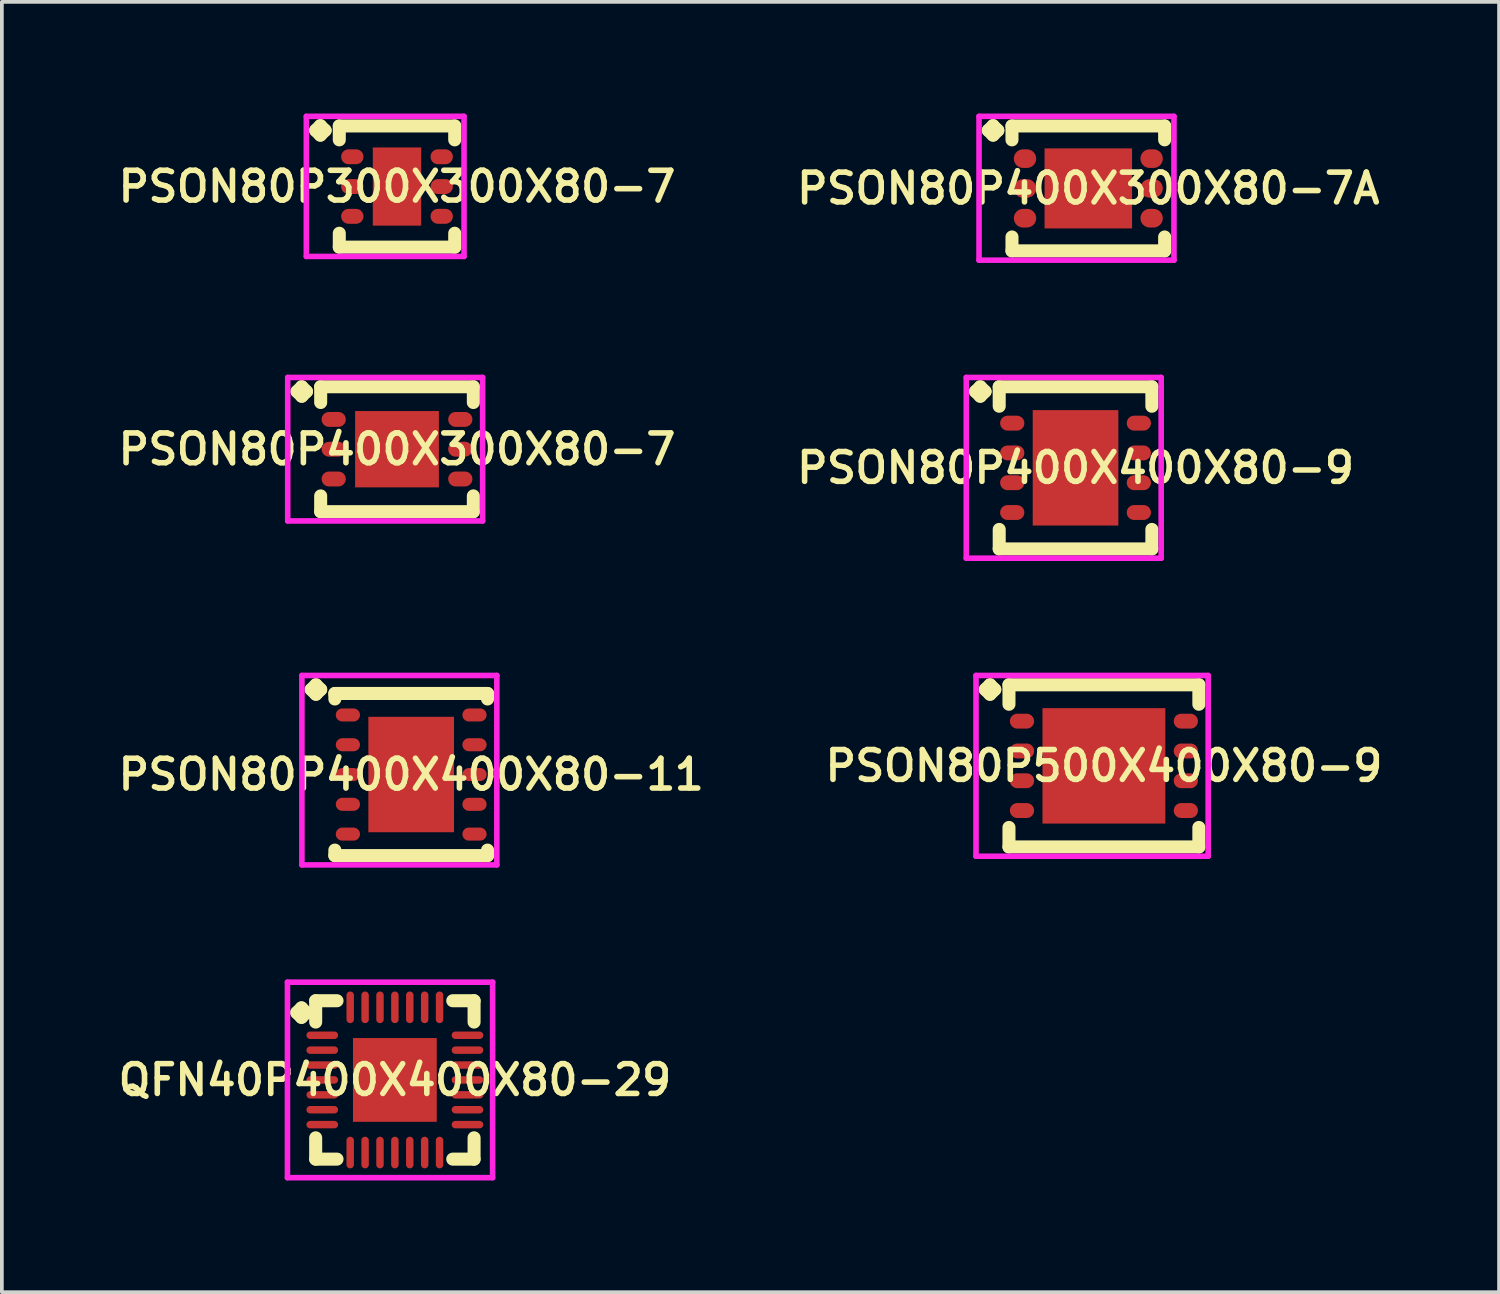
<source format=kicad_pcb>
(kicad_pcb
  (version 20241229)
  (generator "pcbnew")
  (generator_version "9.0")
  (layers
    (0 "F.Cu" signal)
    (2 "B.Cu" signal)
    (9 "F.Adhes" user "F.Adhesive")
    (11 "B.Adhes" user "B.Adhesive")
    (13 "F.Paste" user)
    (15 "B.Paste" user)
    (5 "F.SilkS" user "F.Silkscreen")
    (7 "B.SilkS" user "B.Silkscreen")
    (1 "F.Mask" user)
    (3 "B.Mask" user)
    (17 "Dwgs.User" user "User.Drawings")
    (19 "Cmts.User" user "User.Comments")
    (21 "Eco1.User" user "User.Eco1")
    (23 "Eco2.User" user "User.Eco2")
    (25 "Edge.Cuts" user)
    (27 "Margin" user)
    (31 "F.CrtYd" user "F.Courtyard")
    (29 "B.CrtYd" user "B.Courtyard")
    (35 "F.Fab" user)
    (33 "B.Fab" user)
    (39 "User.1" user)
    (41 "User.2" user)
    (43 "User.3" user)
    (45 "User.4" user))
  (footprint "PSON80P400X300X80-7A"
    (layer "F.Cu")
    (at 26.178 2.01)
    (property "Reference" "PSON80P400X300X80-7A" (at 0 0 0) (layer "F.SilkS") (effects (font (size 0.8 0.8) (thickness 0.15))))
    (attr smd)
    (fp_line (start -2.685 -1.558) (end -2.558 -1.685) (stroke (width 0.35) (type solid)) (layer "F.SilkS"))
    (fp_line (start -2.558 -1.685) (end -2.431 -1.558) (stroke (width 0.35) (type solid)) (layer "F.SilkS"))
    (fp_line (start -2.558 -1.431) (end -2.685 -1.558) (stroke (width 0.35) (type solid)) (layer "F.SilkS"))
    (fp_line (start -2.431 -1.558) (end -2.558 -1.431) (stroke (width 0.35) (type solid)) (layer "F.SilkS"))
    (fp_line (start -2.05 -1.677) (end 2.05 -1.677) (stroke (width 0.35) (type solid)) (layer "F.SilkS"))
    (fp_line (start -2.05 -1.304) (end -2.05 -1.677) (stroke (width 0.35) (type solid)) (layer "F.SilkS"))
    (fp_line (start -2.05 1.304) (end -2.05 1.677) (stroke (width 0.35) (type solid)) (layer "F.SilkS"))
    (fp_line (start -2.05 1.677) (end 2.05 1.677) (stroke (width 0.35) (type solid)) (layer "F.SilkS"))
    (fp_line (start 2.05 -1.677) (end 2.05 -1.304) (stroke (width 0.35) (type solid)) (layer "F.SilkS"))
    (fp_line (start 2.05 1.677) (end 2.05 1.304) (stroke (width 0.35) (type solid)) (layer "F.SilkS"))
    (fp_line (start -2.935 -1.935) (end 2.3 -1.935) (stroke (width 0.15) (type solid)) (layer "F.CrtYd"))
    (fp_line (start -2.935 1.927) (end -2.935 -1.935) (stroke (width 0.15) (type solid)) (layer "F.CrtYd"))
    (fp_line (start 2.3 -1.935) (end 2.3 1.927) (stroke (width 0.15) (type solid)) (layer "F.CrtYd"))
    (fp_line (start 2.3 1.927) (end -2.935 1.927) (stroke (width 0.15) (type solid)) (layer "F.CrtYd"))
    (pad "1" smd oval (at -1.7 -0.8) (size 0.6 0.5) (layers "F.Cu" "F.Mask" "F.Paste"))
    (pad "2" smd oval (at -1.7 0) (size 0.6 0.5) (layers "F.Cu" "F.Mask" "F.Paste"))
    (pad "3" smd oval (at -1.7 0.8) (size 0.6 0.5) (layers "F.Cu" "F.Mask" "F.Paste"))
    (pad "4" smd oval (at 1.7 0.8) (size 0.6 0.5) (layers "F.Cu" "F.Mask" "F.Paste"))
    (pad "5" smd oval (at 1.7 0) (size 0.6 0.5) (layers "F.Cu" "F.Mask" "F.Paste"))
    (pad "6" smd oval (at 1.7 -0.8) (size 0.6 0.5) (layers "F.Cu" "F.Mask" "F.Paste"))
    (pad "7" smd rect (at 0 0) (size 2.35 2.15) (layers "F.Cu" "F.Mask" "F.Paste")))
  (footprint "PSON80P400X400X80-11"
    (layer "F.Cu")
    (at 7.993 17.751)
    (property "Reference" "PSON80P400X400X80-11" (at 0 0 0) (layer "F.SilkS") (effects (font (size 0.8 0.8) (thickness 0.15))))
    (attr smd)
    (fp_line (start -2.685 -2.283) (end -2.558 -2.41) (stroke (width 0.35) (type solid)) (layer "F.SilkS"))
    (fp_line (start -2.558 -2.41) (end -2.431 -2.283) (stroke (width 0.35) (type solid)) (layer "F.SilkS"))
    (fp_line (start -2.558 -2.156) (end -2.685 -2.283) (stroke (width 0.35) (type solid)) (layer "F.SilkS"))
    (fp_line (start -2.431 -2.283) (end -2.558 -2.156) (stroke (width 0.35) (type solid)) (layer "F.SilkS"))
    (fp_line (start -2.05 -2.177) (end 2.05 -2.177) (stroke (width 0.35) (type solid)) (layer "F.SilkS"))
    (fp_line (start -2.05 -2.029) (end -2.05 -2.177) (stroke (width 0.35) (type solid)) (layer "F.SilkS"))
    (fp_line (start -2.05 2.029) (end -2.05 2.177) (stroke (width 0.35) (type solid)) (layer "F.SilkS"))
    (fp_line (start -2.05 2.177) (end 2.05 2.177) (stroke (width 0.35) (type solid)) (layer "F.SilkS"))
    (fp_line (start 2.05 -2.177) (end 2.05 -2.029) (stroke (width 0.35) (type solid)) (layer "F.SilkS"))
    (fp_line (start 2.05 2.177) (end 2.05 2.029) (stroke (width 0.35) (type solid)) (layer "F.SilkS"))
    (fp_line (start -2.935 -2.66) (end 2.3 -2.66) (stroke (width 0.15) (type solid)) (layer "F.CrtYd"))
    (fp_line (start -2.935 2.427) (end -2.935 -2.66) (stroke (width 0.15) (type solid)) (layer "F.CrtYd"))
    (fp_line (start 2.3 -2.66) (end 2.3 2.427) (stroke (width 0.15) (type solid)) (layer "F.CrtYd"))
    (fp_line (start 2.3 2.427) (end -2.935 2.427) (stroke (width 0.15) (type solid)) (layer "F.CrtYd"))
    (pad "1" smd oval (at -1.7 -1.6) (size 0.65 0.35) (layers "F.Cu" "F.Mask" "F.Paste"))
    (pad "2" smd oval (at -1.7 -0.8) (size 0.65 0.35) (layers "F.Cu" "F.Mask" "F.Paste"))
    (pad "3" smd oval (at -1.7 0) (size 0.65 0.35) (layers "F.Cu" "F.Mask" "F.Paste"))
    (pad "4" smd oval (at -1.7 0.8) (size 0.65 0.35) (layers "F.Cu" "F.Mask" "F.Paste"))
    (pad "5" smd oval (at -1.7 1.6) (size 0.65 0.35) (layers "F.Cu" "F.Mask" "F.Paste"))
    (pad "6" smd oval (at 1.7 1.6) (size 0.65 0.35) (layers "F.Cu" "F.Mask" "F.Paste"))
    (pad "7" smd oval (at 1.7 0.8) (size 0.65 0.35) (layers "F.Cu" "F.Mask" "F.Paste"))
    (pad "8" smd oval (at 1.7 0) (size 0.65 0.35) (layers "F.Cu" "F.Mask" "F.Paste"))
    (pad "9" smd oval (at 1.7 -0.8) (size 0.65 0.35) (layers "F.Cu" "F.Mask" "F.Paste"))
    (pad "10" smd oval (at 1.7 -1.6) (size 0.65 0.35) (layers "F.Cu" "F.Mask" "F.Paste"))
    (pad "11" smd rect (at 0 0) (size 2.3 3.1) (layers "F.Cu" "F.Mask" "F.Paste")))
  (footprint "PSON80P500X400X80-9"
    (layer "F.Cu")
    (at 26.597 17.518)
    (property "Reference" "PSON80P500X400X80-9" (at 0 0 0) (layer "F.SilkS") (effects (font (size 0.8 0.8) (thickness 0.15))))
    (attr smd)
    (fp_line (start -3.185 -2.05) (end -3.058 -2.177) (stroke (width 0.35) (type solid)) (layer "F.SilkS"))
    (fp_line (start -3.058 -2.177) (end -2.931 -2.05) (stroke (width 0.35) (type solid)) (layer "F.SilkS"))
    (fp_line (start -3.058 -1.923) (end -3.185 -2.05) (stroke (width 0.35) (type solid)) (layer "F.SilkS"))
    (fp_line (start -2.931 -2.05) (end -3.058 -1.923) (stroke (width 0.35) (type solid)) (layer "F.SilkS"))
    (fp_line (start -2.55 -2.177) (end 2.55 -2.177) (stroke (width 0.35) (type solid)) (layer "F.SilkS"))
    (fp_line (start -2.55 -1.654) (end -2.55 -2.177) (stroke (width 0.35) (type solid)) (layer "F.SilkS"))
    (fp_line (start -2.55 1.654) (end -2.55 2.177) (stroke (width 0.35) (type solid)) (layer "F.SilkS"))
    (fp_line (start -2.55 2.177) (end 2.55 2.177) (stroke (width 0.35) (type solid)) (layer "F.SilkS"))
    (fp_line (start 2.55 -2.177) (end 2.55 -1.654) (stroke (width 0.35) (type solid)) (layer "F.SilkS"))
    (fp_line (start 2.55 2.177) (end 2.55 1.654) (stroke (width 0.35) (type solid)) (layer "F.SilkS"))
    (fp_line (start -3.435 -2.427) (end 2.8 -2.427) (stroke (width 0.15) (type solid)) (layer "F.CrtYd"))
    (fp_line (start -3.435 2.427) (end -3.435 -2.427) (stroke (width 0.15) (type solid)) (layer "F.CrtYd"))
    (fp_line (start 2.8 -2.427) (end 2.8 2.427) (stroke (width 0.15) (type solid)) (layer "F.CrtYd"))
    (fp_line (start 2.8 2.427) (end -3.435 2.427) (stroke (width 0.15) (type solid)) (layer "F.CrtYd"))
    (pad "1" smd oval (at -2.2 -1.2) (size 0.65 0.4) (layers "F.Cu" "F.Mask" "F.Paste"))
    (pad "2" smd oval (at -2.2 -0.4) (size 0.65 0.4) (layers "F.Cu" "F.Mask" "F.Paste"))
    (pad "3" smd oval (at -2.2 0.4) (size 0.65 0.4) (layers "F.Cu" "F.Mask" "F.Paste"))
    (pad "4" smd oval (at -2.2 1.2) (size 0.65 0.4) (layers "F.Cu" "F.Mask" "F.Paste"))
    (pad "5" smd oval (at 2.2 1.2) (size 0.65 0.4) (layers "F.Cu" "F.Mask" "F.Paste"))
    (pad "6" smd oval (at 2.2 0.4) (size 0.65 0.4) (layers "F.Cu" "F.Mask" "F.Paste"))
    (pad "7" smd oval (at 2.2 -0.4) (size 0.65 0.4) (layers "F.Cu" "F.Mask" "F.Paste"))
    (pad "8" smd oval (at 2.2 -1.2) (size 0.65 0.4) (layers "F.Cu" "F.Mask" "F.Paste"))
    (pad "9" smd rect (at 0 0) (size 3.3 3.1) (layers "F.Cu" "F.Mask" "F.Paste")))
  (footprint "PSON80P400X400X80-9"
    (layer "F.Cu")
    (at 25.835 9.514)
    (property "Reference" "PSON80P400X400X80-9" (at 0 0 0) (layer "F.SilkS") (effects (font (size 0.8 0.8) (thickness 0.15))))
    (attr smd)
    (fp_line (start -2.685 -2.05) (end -2.558 -2.177) (stroke (width 0.35) (type solid)) (layer "F.SilkS"))
    (fp_line (start -2.558 -2.177) (end -2.431 -2.05) (stroke (width 0.35) (type solid)) (layer "F.SilkS"))
    (fp_line (start -2.558 -1.923) (end -2.685 -2.05) (stroke (width 0.35) (type solid)) (layer "F.SilkS"))
    (fp_line (start -2.431 -2.05) (end -2.558 -1.923) (stroke (width 0.35) (type solid)) (layer "F.SilkS"))
    (fp_line (start -2.05 -2.177) (end 2.05 -2.177) (stroke (width 0.35) (type solid)) (layer "F.SilkS"))
    (fp_line (start -2.05 -1.654) (end -2.05 -2.177) (stroke (width 0.35) (type solid)) (layer "F.SilkS"))
    (fp_line (start -2.05 1.654) (end -2.05 2.177) (stroke (width 0.35) (type solid)) (layer "F.SilkS"))
    (fp_line (start -2.05 2.177) (end 2.05 2.177) (stroke (width 0.35) (type solid)) (layer "F.SilkS"))
    (fp_line (start 2.05 -2.177) (end 2.05 -1.654) (stroke (width 0.35) (type solid)) (layer "F.SilkS"))
    (fp_line (start 2.05 2.177) (end 2.05 1.654) (stroke (width 0.35) (type solid)) (layer "F.SilkS"))
    (fp_line (start -2.935 -2.427) (end 2.3 -2.427) (stroke (width 0.15) (type solid)) (layer "F.CrtYd"))
    (fp_line (start -2.935 2.427) (end -2.935 -2.427) (stroke (width 0.15) (type solid)) (layer "F.CrtYd"))
    (fp_line (start 2.3 -2.427) (end 2.3 2.427) (stroke (width 0.15) (type solid)) (layer "F.CrtYd"))
    (fp_line (start 2.3 2.427) (end -2.935 2.427) (stroke (width 0.15) (type solid)) (layer "F.CrtYd"))
    (pad "1" smd oval (at -1.7 -1.2) (size 0.65 0.4) (layers "F.Cu" "F.Mask" "F.Paste"))
    (pad "2" smd oval (at -1.7 -0.4) (size 0.65 0.4) (layers "F.Cu" "F.Mask" "F.Paste"))
    (pad "3" smd oval (at -1.7 0.4) (size 0.65 0.4) (layers "F.Cu" "F.Mask" "F.Paste"))
    (pad "4" smd oval (at -1.7 1.2) (size 0.65 0.4) (layers "F.Cu" "F.Mask" "F.Paste"))
    (pad "5" smd oval (at 1.7 1.2) (size 0.65 0.4) (layers "F.Cu" "F.Mask" "F.Paste"))
    (pad "6" smd oval (at 1.7 0.4) (size 0.65 0.4) (layers "F.Cu" "F.Mask" "F.Paste"))
    (pad "7" smd oval (at 1.7 -0.4) (size 0.65 0.4) (layers "F.Cu" "F.Mask" "F.Paste"))
    (pad "8" smd oval (at 1.7 -1.2) (size 0.65 0.4) (layers "F.Cu" "F.Mask" "F.Paste"))
    (pad "9" smd rect (at 0 0) (size 2.3 3.1) (layers "F.Cu" "F.Mask" "F.Paste")))
  (footprint "PSON80P400X300X80-7"
    (layer "F.Cu")
    (at 7.612 9.014)
    (property "Reference" "PSON80P400X300X80-7" (at 0 0 0) (layer "F.SilkS") (effects (font (size 0.8 0.8) (thickness 0.15))))
    (attr smd)
    (fp_line (start -2.685 -1.55) (end -2.558 -1.677) (stroke (width 0.35) (type solid)) (layer "F.SilkS"))
    (fp_line (start -2.558 -1.677) (end -2.431 -1.55) (stroke (width 0.35) (type solid)) (layer "F.SilkS"))
    (fp_line (start -2.558 -1.423) (end -2.685 -1.55) (stroke (width 0.35) (type solid)) (layer "F.SilkS"))
    (fp_line (start -2.431 -1.55) (end -2.558 -1.423) (stroke (width 0.35) (type solid)) (layer "F.SilkS"))
    (fp_line (start -2.05 -1.677) (end 2.05 -1.677) (stroke (width 0.35) (type solid)) (layer "F.SilkS"))
    (fp_line (start -2.05 -1.254) (end -2.05 -1.677) (stroke (width 0.35) (type solid)) (layer "F.SilkS"))
    (fp_line (start -2.05 1.254) (end -2.05 1.677) (stroke (width 0.35) (type solid)) (layer "F.SilkS"))
    (fp_line (start -2.05 1.677) (end 2.05 1.677) (stroke (width 0.35) (type solid)) (layer "F.SilkS"))
    (fp_line (start 2.05 -1.677) (end 2.05 -1.254) (stroke (width 0.35) (type solid)) (layer "F.SilkS"))
    (fp_line (start 2.05 1.677) (end 2.05 1.254) (stroke (width 0.35) (type solid)) (layer "F.SilkS"))
    (fp_line (start -2.935 -1.927) (end 2.3 -1.927) (stroke (width 0.15) (type solid)) (layer "F.CrtYd"))
    (fp_line (start -2.935 1.927) (end -2.935 -1.927) (stroke (width 0.15) (type solid)) (layer "F.CrtYd"))
    (fp_line (start 2.3 -1.927) (end 2.3 1.927) (stroke (width 0.15) (type solid)) (layer "F.CrtYd"))
    (fp_line (start 2.3 1.927) (end -2.935 1.927) (stroke (width 0.15) (type solid)) (layer "F.CrtYd"))
    (pad "1" smd oval (at -1.7 -0.8) (size 0.65 0.4) (layers "F.Cu" "F.Mask" "F.Paste"))
    (pad "2" smd oval (at -1.7 0) (size 0.65 0.4) (layers "F.Cu" "F.Mask" "F.Paste"))
    (pad "3" smd oval (at -1.7 0.8) (size 0.65 0.4) (layers "F.Cu" "F.Mask" "F.Paste"))
    (pad "4" smd oval (at 1.7 0.8) (size 0.65 0.4) (layers "F.Cu" "F.Mask" "F.Paste"))
    (pad "5" smd oval (at 1.7 0) (size 0.65 0.4) (layers "F.Cu" "F.Mask" "F.Paste"))
    (pad "6" smd oval (at 1.7 -0.8) (size 0.65 0.4) (layers "F.Cu" "F.Mask" "F.Paste"))
    (pad "7" smd rect (at 0 0) (size 2.25 2.05) (layers "F.Cu" "F.Mask" "F.Paste")))
  (footprint "QFN40P400X400X80-29"
    (layer "F.Cu")
    (at 7.555 25.953)
    (property "Reference" "QFN40P400X400X80-29" (at 0 0 0) (layer "F.SilkS") (effects (font (size 0.8 0.8) (thickness 0.15))))
    (attr smd)
    (fp_line (start -2.635 -1.808) (end -2.508 -1.935) (stroke (width 0.35) (type solid)) (layer "F.SilkS"))
    (fp_line (start -2.508 -1.935) (end -2.381 -1.808) (stroke (width 0.35) (type solid)) (layer "F.SilkS"))
    (fp_line (start -2.508 -1.681) (end -2.635 -1.808) (stroke (width 0.35) (type solid)) (layer "F.SilkS"))
    (fp_line (start -2.381 -1.808) (end -2.508 -1.681) (stroke (width 0.35) (type solid)) (layer "F.SilkS"))
    (fp_line (start -2.127 -2.127) (end -1.554 -2.127) (stroke (width 0.35) (type solid)) (layer "F.SilkS"))
    (fp_line (start -2.127 -1.554) (end -2.127 -2.127) (stroke (width 0.35) (type solid)) (layer "F.SilkS"))
    (fp_line (start -2.127 1.554) (end -2.127 2.127) (stroke (width 0.35) (type solid)) (layer "F.SilkS"))
    (fp_line (start -2.127 2.127) (end -1.554 2.127) (stroke (width 0.35) (type solid)) (layer "F.SilkS"))
    (fp_line (start 1.554 -2.127) (end 2.127 -2.127) (stroke (width 0.35) (type solid)) (layer "F.SilkS"))
    (fp_line (start 1.554 2.127) (end 2.127 2.127) (stroke (width 0.35) (type solid)) (layer "F.SilkS"))
    (fp_line (start 2.127 -2.127) (end 2.127 -1.554) (stroke (width 0.35) (type solid)) (layer "F.SilkS"))
    (fp_line (start 2.127 2.127) (end 2.127 1.554) (stroke (width 0.35) (type solid)) (layer "F.SilkS"))
    (fp_line (start -2.885 -2.625) (end 2.625 -2.625) (stroke (width 0.15) (type solid)) (layer "F.CrtYd"))
    (fp_line (start -2.885 2.625) (end -2.885 -2.625) (stroke (width 0.15) (type solid)) (layer "F.CrtYd"))
    (fp_line (start 2.625 -2.625) (end 2.625 2.625) (stroke (width 0.15) (type solid)) (layer "F.CrtYd"))
    (fp_line (start 2.625 2.625) (end -2.885 2.625) (stroke (width 0.15) (type solid)) (layer "F.CrtYd"))
    (pad "1" smd oval (at -1.95 -1.2) (size 0.85 0.2) (layers "F.Cu" "F.Mask" "F.Paste"))
    (pad "2" smd oval (at -1.95 -0.8) (size 0.85 0.2) (layers "F.Cu" "F.Mask" "F.Paste"))
    (pad "3" smd oval (at -1.95 -0.4) (size 0.85 0.2) (layers "F.Cu" "F.Mask" "F.Paste"))
    (pad "4" smd oval (at -1.95 0) (size 0.85 0.2) (layers "F.Cu" "F.Mask" "F.Paste"))
    (pad "5" smd oval (at -1.95 0.4) (size 0.85 0.2) (layers "F.Cu" "F.Mask" "F.Paste"))
    (pad "6" smd oval (at -1.95 0.8) (size 0.85 0.2) (layers "F.Cu" "F.Mask" "F.Paste"))
    (pad "7" smd oval (at -1.95 1.2) (size 0.85 0.2) (layers "F.Cu" "F.Mask" "F.Paste"))
    (pad "8" smd oval (at -1.2 1.95) (size 0.2 0.85) (layers "F.Cu" "F.Mask" "F.Paste"))
    (pad "9" smd oval (at -0.8 1.95) (size 0.2 0.85) (layers "F.Cu" "F.Mask" "F.Paste"))
    (pad "10" smd oval (at -0.4 1.95) (size 0.2 0.85) (layers "F.Cu" "F.Mask" "F.Paste"))
    (pad "11" smd oval (at 0 1.95) (size 0.2 0.85) (layers "F.Cu" "F.Mask" "F.Paste"))
    (pad "12" smd oval (at 0.4 1.95) (size 0.2 0.85) (layers "F.Cu" "F.Mask" "F.Paste"))
    (pad "13" smd oval (at 0.8 1.95) (size 0.2 0.85) (layers "F.Cu" "F.Mask" "F.Paste"))
    (pad "14" smd oval (at 1.2 1.95) (size 0.2 0.85) (layers "F.Cu" "F.Mask" "F.Paste"))
    (pad "15" smd oval (at 1.95 1.2) (size 0.85 0.2) (layers "F.Cu" "F.Mask" "F.Paste"))
    (pad "16" smd oval (at 1.95 0.8) (size 0.85 0.2) (layers "F.Cu" "F.Mask" "F.Paste"))
    (pad "17" smd oval (at 1.95 0.4) (size 0.85 0.2) (layers "F.Cu" "F.Mask" "F.Paste"))
    (pad "18" smd oval (at 1.95 0) (size 0.85 0.2) (layers "F.Cu" "F.Mask" "F.Paste"))
    (pad "19" smd oval (at 1.95 -0.4) (size 0.85 0.2) (layers "F.Cu" "F.Mask" "F.Paste"))
    (pad "20" smd oval (at 1.95 -0.8) (size 0.85 0.2) (layers "F.Cu" "F.Mask" "F.Paste"))
    (pad "21" smd oval (at 1.95 -1.2) (size 0.85 0.2) (layers "F.Cu" "F.Mask" "F.Paste"))
    (pad "22" smd oval (at 1.2 -1.95) (size 0.2 0.85) (layers "F.Cu" "F.Mask" "F.Paste"))
    (pad "23" smd oval (at 0.8 -1.95) (size 0.2 0.85) (layers "F.Cu" "F.Mask" "F.Paste"))
    (pad "24" smd oval (at 0.4 -1.95) (size 0.2 0.85) (layers "F.Cu" "F.Mask" "F.Paste"))
    (pad "25" smd oval (at 0 -1.95) (size 0.2 0.85) (layers "F.Cu" "F.Mask" "F.Paste"))
    (pad "26" smd oval (at -0.4 -1.95) (size 0.2 0.85) (layers "F.Cu" "F.Mask" "F.Paste"))
    (pad "27" smd oval (at -0.8 -1.95) (size 0.2 0.85) (layers "F.Cu" "F.Mask" "F.Paste"))
    (pad "28" smd oval (at -1.2 -1.95) (size 0.2 0.85) (layers "F.Cu" "F.Mask" "F.Paste"))
    (pad "29" smd rect (at 0 0) (size 2.25 2.25) (layers "F.Cu" "F.Mask" "F.Paste")))
  (footprint "PSON80P300X300X80-7"
    (layer "F.Cu")
    (at 7.612 1.96)
    (property "Reference" "PSON80P300X300X80-7" (at 0 0 0) (layer "F.SilkS") (effects (font (size 0.8 0.8) (thickness 0.15))))
    (attr through_hole)
    (fp_line (start -2.185 -1.508) (end -2.058 -1.635) (stroke (width 0.35) (type solid)) (layer "F.SilkS"))
    (fp_line (start -2.058 -1.635) (end -1.931 -1.508) (stroke (width 0.35) (type solid)) (layer "F.SilkS"))
    (fp_line (start -2.058 -1.381) (end -2.185 -1.508) (stroke (width 0.35) (type solid)) (layer "F.SilkS"))
    (fp_line (start -1.931 -1.508) (end -2.058 -1.381) (stroke (width 0.35) (type solid)) (layer "F.SilkS"))
    (fp_line (start -1.55 -1.627) (end 1.55 -1.627) (stroke (width 0.35) (type solid)) (layer "F.SilkS"))
    (fp_line (start -1.55 -1.254) (end -1.55 -1.627) (stroke (width 0.35) (type solid)) (layer "F.SilkS"))
    (fp_line (start -1.55 1.254) (end -1.55 1.627) (stroke (width 0.35) (type solid)) (layer "F.SilkS"))
    (fp_line (start -1.55 1.627) (end 1.55 1.627) (stroke (width 0.35) (type solid)) (layer "F.SilkS"))
    (fp_line (start 1.55 -1.627) (end 1.55 -1.254) (stroke (width 0.35) (type solid)) (layer "F.SilkS"))
    (fp_line (start 1.55 1.627) (end 1.55 1.254) (stroke (width 0.35) (type solid)) (layer "F.SilkS"))
    (fp_line (start -2.435 -1.885) (end 1.8 -1.885) (stroke (width 0.15) (type solid)) (layer "F.CrtYd"))
    (fp_line (start -2.435 1.877) (end -2.435 -1.885) (stroke (width 0.15) (type solid)) (layer "F.CrtYd"))
    (fp_line (start 1.8 -1.885) (end 1.8 1.877) (stroke (width 0.15) (type solid)) (layer "F.CrtYd"))
    (fp_line (start 1.8 1.877) (end -2.435 1.877) (stroke (width 0.15) (type solid)) (layer "F.CrtYd"))
    (pad "1" smd oval (at -1.2 -0.8) (size 0.6 0.4) (layers "F.Cu" "F.Mask" "F.Paste"))
    (pad "2" smd oval (at -1.2 0) (size 0.6 0.4) (layers "F.Cu" "F.Mask" "F.Paste"))
    (pad "3" smd oval (at -1.2 0.8) (size 0.6 0.4) (layers "F.Cu" "F.Mask" "F.Paste"))
    (pad "4" smd oval (at 1.2 0.8) (size 0.6 0.4) (layers "F.Cu" "F.Mask" "F.Paste"))
    (pad "5" smd oval (at 1.2 0) (size 0.6 0.4) (layers "F.Cu" "F.Mask" "F.Paste"))
    (pad "6" smd oval (at 1.2 -0.8) (size 0.6 0.4) (layers "F.Cu" "F.Mask" "F.Paste"))
    (pad "7" smd rect (at 0 0) (size 1.3 2.1) (layers "F.Cu" "F.Mask" "F.Paste")))
  (gr_rect
    (start -3 -3)
    (end 37.209 31.653)
    (stroke (width 0.1) (type default))
    (fill no)
    (layer "Edge.Cuts")))
</source>
